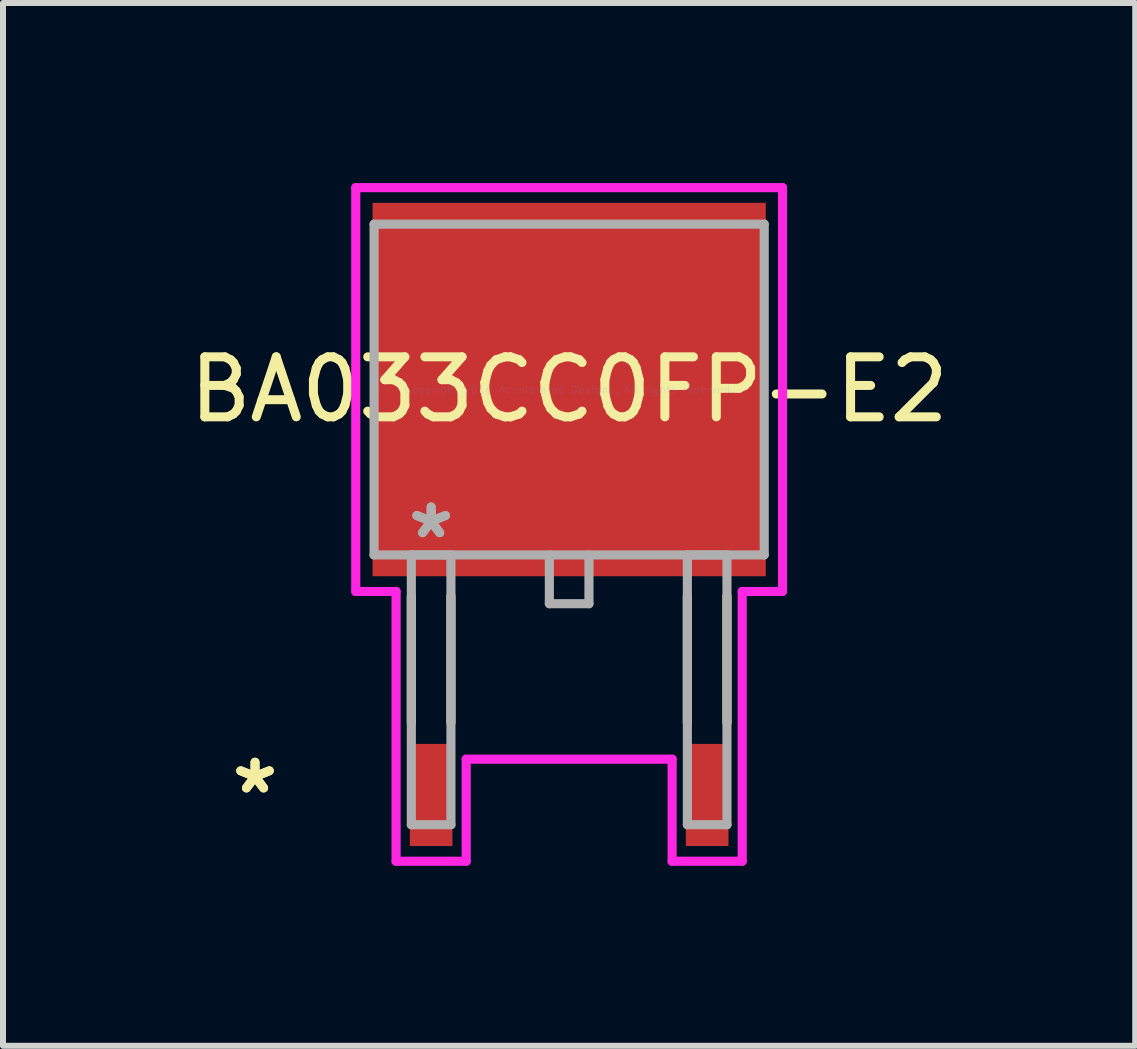
<source format=kicad_pcb>
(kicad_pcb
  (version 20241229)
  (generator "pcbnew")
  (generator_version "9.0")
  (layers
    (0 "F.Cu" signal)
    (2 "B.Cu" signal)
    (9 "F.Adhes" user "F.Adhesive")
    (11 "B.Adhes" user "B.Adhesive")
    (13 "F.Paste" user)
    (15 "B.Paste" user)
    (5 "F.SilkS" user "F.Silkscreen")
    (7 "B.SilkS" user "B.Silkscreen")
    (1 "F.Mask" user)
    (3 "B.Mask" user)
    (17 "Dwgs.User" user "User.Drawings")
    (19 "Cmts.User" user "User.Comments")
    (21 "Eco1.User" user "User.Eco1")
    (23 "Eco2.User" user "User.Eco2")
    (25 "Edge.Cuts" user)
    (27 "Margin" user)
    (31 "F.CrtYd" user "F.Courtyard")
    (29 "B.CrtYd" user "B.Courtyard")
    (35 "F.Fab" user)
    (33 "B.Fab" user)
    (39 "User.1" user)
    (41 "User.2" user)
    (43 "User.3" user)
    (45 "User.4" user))
  (footprint "BA033CC0FP-E2"
    (layer "F.Cu")
    (at 6.435 3.442)
    (property "Reference" "BA033CC0FP-E2" (at 0 0 0) (layer "F.SilkS") (effects (font (size 1 1) (thickness 0.15))))
    (attr through_hole)
    (fp_line (start -2.63 3.444) (end -2.63 5.55) (stroke (width 0.152) (type solid)) (layer "F.SilkS"))
    (fp_line (start -1.97 3.444) (end -1.97 5.55) (stroke (width 0.152) (type solid)) (layer "F.SilkS"))
    (fp_line (start 1.97 3.444) (end 1.97 5.55) (stroke (width 0.152) (type solid)) (layer "F.SilkS"))
    (fp_line (start 2.63 3.444) (end 2.63 5.55) (stroke (width 0.152) (type solid)) (layer "F.SilkS"))
    (fp_line (start -3.556 -3.365) (end 3.556 -3.365) (stroke (width 0.152) (type solid)) (layer "F.CrtYd"))
    (fp_line (start -3.556 3.365) (end -3.556 -3.365) (stroke (width 0.152) (type solid)) (layer "F.CrtYd"))
    (fp_line (start -2.884 3.365) (end -3.556 3.365) (stroke (width 0.152) (type solid)) (layer "F.CrtYd"))
    (fp_line (start -2.884 7.861) (end -2.884 3.365) (stroke (width 0.152) (type solid)) (layer "F.CrtYd"))
    (fp_line (start -1.716 6.16) (end -1.716 7.861) (stroke (width 0.152) (type solid)) (layer "F.CrtYd"))
    (fp_line (start -1.716 7.861) (end -2.884 7.861) (stroke (width 0.152) (type solid)) (layer "F.CrtYd"))
    (fp_line (start 1.716 6.16) (end -1.716 6.16) (stroke (width 0.152) (type solid)) (layer "F.CrtYd"))
    (fp_line (start 1.716 7.861) (end 1.716 6.16) (stroke (width 0.152) (type solid)) (layer "F.CrtYd"))
    (fp_line (start 2.884 3.365) (end 2.884 7.861) (stroke (width 0.152) (type solid)) (layer "F.CrtYd"))
    (fp_line (start 2.884 7.861) (end 1.716 7.861) (stroke (width 0.152) (type solid)) (layer "F.CrtYd"))
    (fp_line (start 3.556 -3.365) (end 3.556 3.365) (stroke (width 0.152) (type solid)) (layer "F.CrtYd"))
    (fp_line (start 3.556 3.365) (end 2.884 3.365) (stroke (width 0.152) (type solid)) (layer "F.CrtYd"))
    (fp_line (start -3.251 -2.756) (end -3.251 2.756) (stroke (width 0.152) (type solid)) (layer "F.Fab"))
    (fp_line (start -3.251 2.756) (end 3.251 2.756) (stroke (width 0.152) (type solid)) (layer "F.Fab"))
    (fp_line (start -2.63 2.756) (end -2.63 7.252) (stroke (width 0.152) (type solid)) (layer "F.Fab"))
    (fp_line (start -2.63 7.252) (end -1.97 7.252) (stroke (width 0.152) (type solid)) (layer "F.Fab"))
    (fp_line (start -1.97 2.756) (end -2.63 2.756) (stroke (width 0.152) (type solid)) (layer "F.Fab"))
    (fp_line (start -1.97 7.252) (end -1.97 2.756) (stroke (width 0.152) (type solid)) (layer "F.Fab"))
    (fp_line (start -0.33 2.756) (end -0.33 3.569) (stroke (width 0.152) (type solid)) (layer "F.Fab"))
    (fp_line (start -0.33 3.569) (end 0.33 3.569) (stroke (width 0.152) (type solid)) (layer "F.Fab"))
    (fp_line (start 0.33 3.569) (end 0.33 2.756) (stroke (width 0.152) (type solid)) (layer "F.Fab"))
    (fp_line (start 1.97 2.756) (end 1.97 7.252) (stroke (width 0.152) (type solid)) (layer "F.Fab"))
    (fp_line (start 1.97 7.252) (end 2.63 7.252) (stroke (width 0.152) (type solid)) (layer "F.Fab"))
    (fp_line (start 2.63 2.756) (end 1.97 2.756) (stroke (width 0.152) (type solid)) (layer "F.Fab"))
    (fp_line (start 2.63 7.252) (end 2.63 2.756) (stroke (width 0.152) (type solid)) (layer "F.Fab"))
    (fp_line (start 3.251 -2.756) (end -3.251 -2.756) (stroke (width 0.152) (type solid)) (layer "F.Fab"))
    (fp_line (start 3.251 2.756) (end 3.251 -2.756) (stroke (width 0.152) (type solid)) (layer "F.Fab"))
    (fp_text user "*" (at -5.235 6.756 0) (layer "F.SilkS") (effects (font (size 1 1) (thickness 0.15))))
    (fp_text user "*" (at -5.235 6.756 0) (layer "F.SilkS") (effects (font (size 1 1) (thickness 0.15))))
    (fp_text user "Copyright 2016 Accelerated Designs. All rights reserved." (at 0 0 0) (layer "Cmts.User") (effects (font (size 0.127 0.127) (thickness 0.002))))
    (fp_text user "*" (at -2.3 2.502 0) (layer "F.Fab") (effects (font (size 1 1) (thickness 0.15))))
    (fp_text user "*" (at -2.3 2.502 0) (layer "F.Fab") (effects (font (size 1 1) (thickness 0.15))))
    (pad "1" smd rect (at -2.3 6.756) (size 0.711 1.702) (layers "F.Cu" "F.Mask" "F.Paste"))
    (pad "2" smd rect (at 0 0) (size 6.553 6.223) (layers "F.Cu" "F.Mask" "F.Paste"))
    (pad "3" smd rect (at 2.3 6.756) (size 0.711 1.702) (layers "F.Cu" "F.Mask" "F.Paste")))
  (gr_rect
    (start -3 -3)
    (end 15.869 14.379)
    (stroke (width 0.1) (type default))
    (fill no)
    (layer "Edge.Cuts")))
</source>
